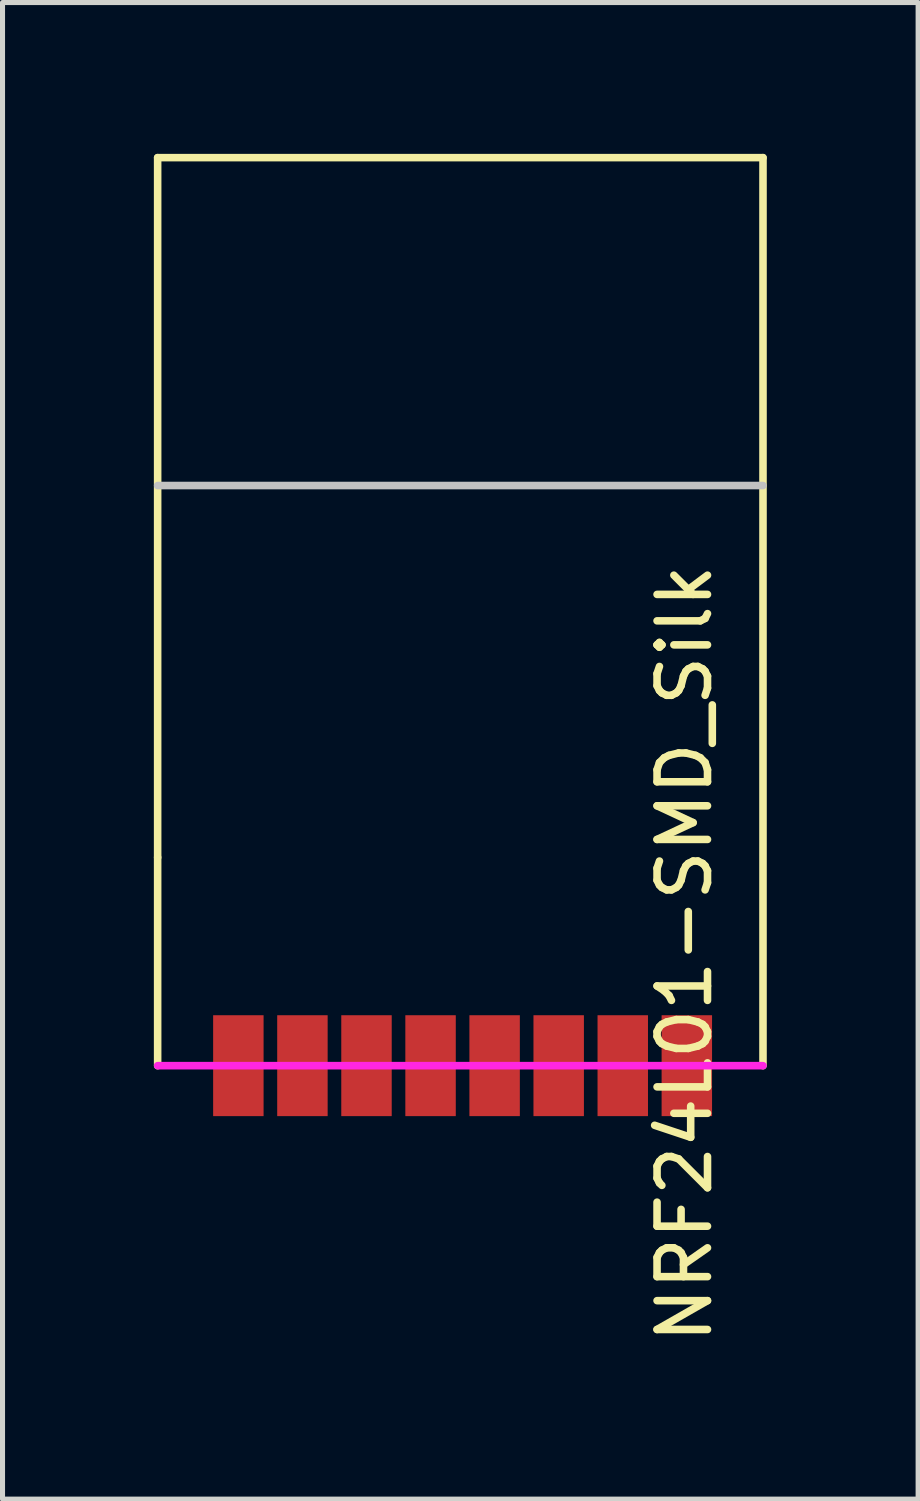
<source format=kicad_pcb>
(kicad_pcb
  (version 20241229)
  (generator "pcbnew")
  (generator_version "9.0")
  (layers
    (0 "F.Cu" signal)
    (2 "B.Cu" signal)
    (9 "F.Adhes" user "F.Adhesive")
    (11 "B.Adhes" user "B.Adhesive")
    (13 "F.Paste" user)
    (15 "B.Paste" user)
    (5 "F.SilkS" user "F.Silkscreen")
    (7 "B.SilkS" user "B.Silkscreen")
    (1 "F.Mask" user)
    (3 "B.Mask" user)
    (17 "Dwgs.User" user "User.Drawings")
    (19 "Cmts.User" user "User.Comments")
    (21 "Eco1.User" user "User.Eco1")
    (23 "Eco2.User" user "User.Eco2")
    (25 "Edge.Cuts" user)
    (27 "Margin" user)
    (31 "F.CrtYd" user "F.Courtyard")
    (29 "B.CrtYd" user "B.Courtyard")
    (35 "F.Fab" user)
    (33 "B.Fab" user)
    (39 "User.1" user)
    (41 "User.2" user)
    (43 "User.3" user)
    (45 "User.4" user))
  (footprint "NRF24L01-SMD_Silk"
    (layer "F.Cu")
    (at 6.075 9.375)
    (property "Reference" "NRF24L01-SMD_Silk" (at 4.445 6.477 90) (layer "F.SilkS") (effects (font (size 1 1) (thickness 0.15))))
    (attr through_hole)
    (fp_line (start -6 -9.3) (end 6 -9.3) (stroke (width 0.15) (type solid)) (layer "F.SilkS"))
    (fp_line (start -6 4.572) (end -6 -9.3) (stroke (width 0.15) (type solid)) (layer "F.SilkS"))
    (fp_line (start -6 8.7) (end -6 4.572) (stroke (width 0.15) (type solid)) (layer "F.SilkS"))
    (fp_line (start 6 -9.3) (end 6 8.7) (stroke (width 0.15) (type solid)) (layer "F.SilkS"))
    (fp_line (start -6 -2.8) (end 6 -2.8) (stroke (width 0.15) (type solid)) (layer "Dwgs.User"))
    (fp_line (start 6 8.7) (end -6 8.7) (stroke (width 0.15) (type solid)) (layer "F.CrtYd"))
    (pad "1" smd rect (at -3.13 8.7) (size 1 2) (layers "F.Cu" "F.Mask" "F.Paste"))
    (pad "2" smd rect (at -4.4 8.7) (size 1 2) (layers "F.Cu" "F.Mask" "F.Paste"))
    (pad "3" smd rect (at -1.86 8.7) (size 1 2) (layers "F.Cu" "F.Mask" "F.Paste"))
    (pad "4" smd rect (at -0.59 8.7) (size 1 2) (layers "F.Cu" "F.Mask" "F.Paste"))
    (pad "5" smd rect (at 0.68 8.7) (size 1 2) (layers "F.Cu" "F.Mask" "F.Paste"))
    (pad "6" smd rect (at 1.95 8.7) (size 1 2) (layers "F.Cu" "F.Mask" "F.Paste"))
    (pad "7" smd rect (at 3.22 8.7) (size 1 2) (layers "F.Cu" "F.Mask" "F.Paste"))
    (pad "8" smd rect (at 4.49 8.7) (size 1 2) (layers "F.Cu" "F.Mask" "F.Paste")))
  (gr_rect
    (start -3 -3)
    (end 15.15 26.667)
    (stroke (width 0.1) (type default))
    (fill no)
    (layer "Edge.Cuts")))
</source>
